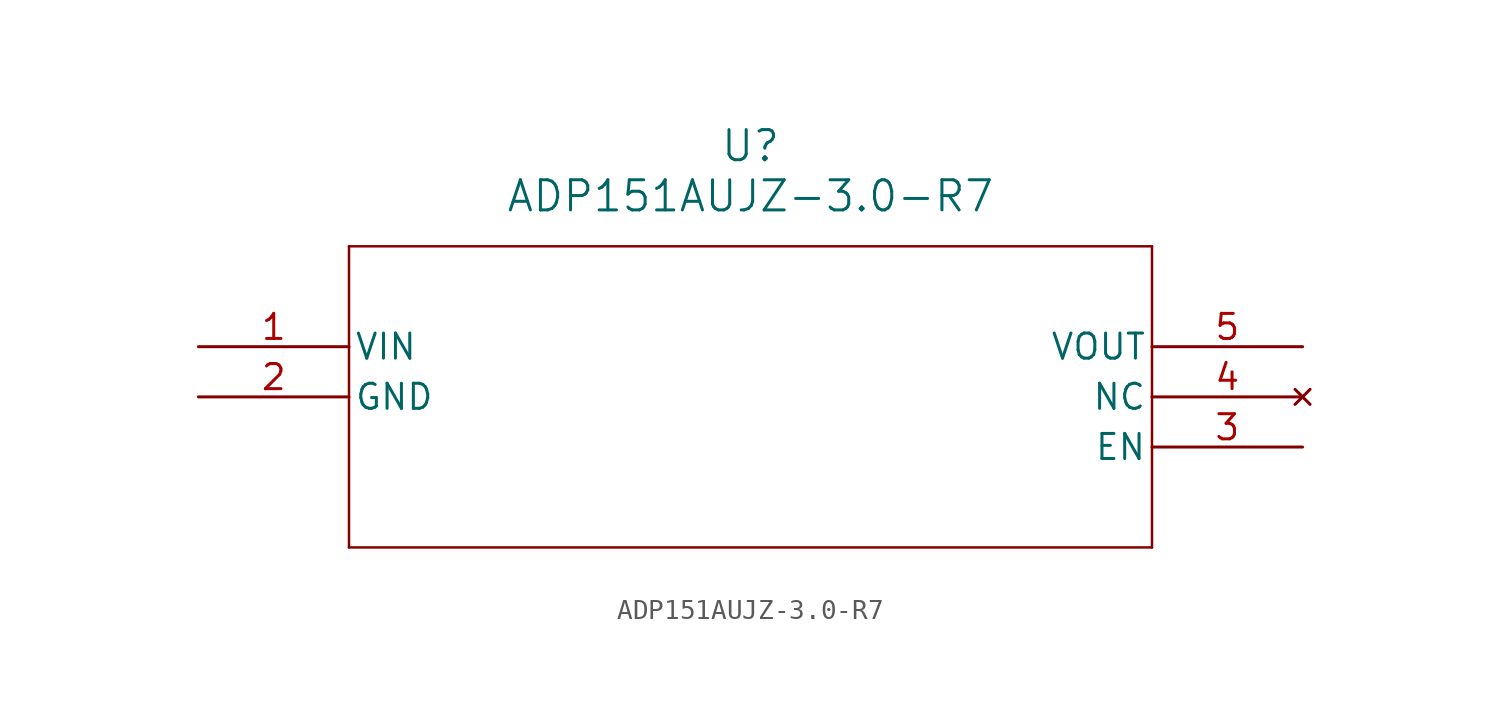
<source format=kicad_sym>
(kicad_symbol_lib
  (version 20211014)
  (generator kicad_symbol_editor)
  (symbol "ADP151AUJZ-3.0-R7"
    (pin_names
      (offset 0.254))
    (property "Reference" "U"
      (at 27.94 10.16 0)
      (effects (font (size 1.524 1.524))))
    (property "Value" "ADP151AUJZ-3.0-R7"
      (at 27.94 7.62 0)
      (effects (font (size 1.524 1.524))))
    (symbol "ADP151AUJZ-3.0-R7_0_1"
      (polyline (pts (xy 7.62 5.08) (xy 7.62 -10.16)) (stroke (width 0.127) (type default) (color 0 0 0 0)) (fill (type none)))
      (polyline (pts (xy 7.62 -10.16) (xy 48.26 -10.16)) (stroke (width 0.127) (type default) (color 0 0 0 0)) (fill (type none)))
      (polyline (pts (xy 48.26 -10.16) (xy 48.26 5.08)) (stroke (width 0.127) (type default) (color 0 0 0 0)) (fill (type none)))
      (polyline (pts (xy 48.26 5.08) (xy 7.62 5.08)) (stroke (width 0.127) (type default) (color 0 0 0 0)) (fill (type none)))
      (pin input line (at 0 0 0) (length 7.62) (name "VIN" (effects (font (size 1.27 1.27)))) (number "1" (effects (font (size 1.27 1.27)))))
      (pin power_in line (at 0 -2.54 0) (length 7.62) (name "GND" (effects (font (size 1.27 1.27)))) (number "2" (effects (font (size 1.27 1.27)))))
      (pin input line (at 55.88 -5.08 180) (length 7.62) (name "EN" (effects (font (size 1.27 1.27)))) (number "3" (effects (font (size 1.27 1.27)))))
      (pin no_connect line (at 55.88 -2.54 180) (length 7.62) (name "NC" (effects (font (size 1.27 1.27)))) (number "4" (effects (font (size 1.27 1.27)))))
      (pin output line (at 55.88 0 180) (length 7.62) (name "VOUT" (effects (font (size 1.27 1.27)))) (number "5" (effects (font (size 1.27 1.27))))))))
</source>
